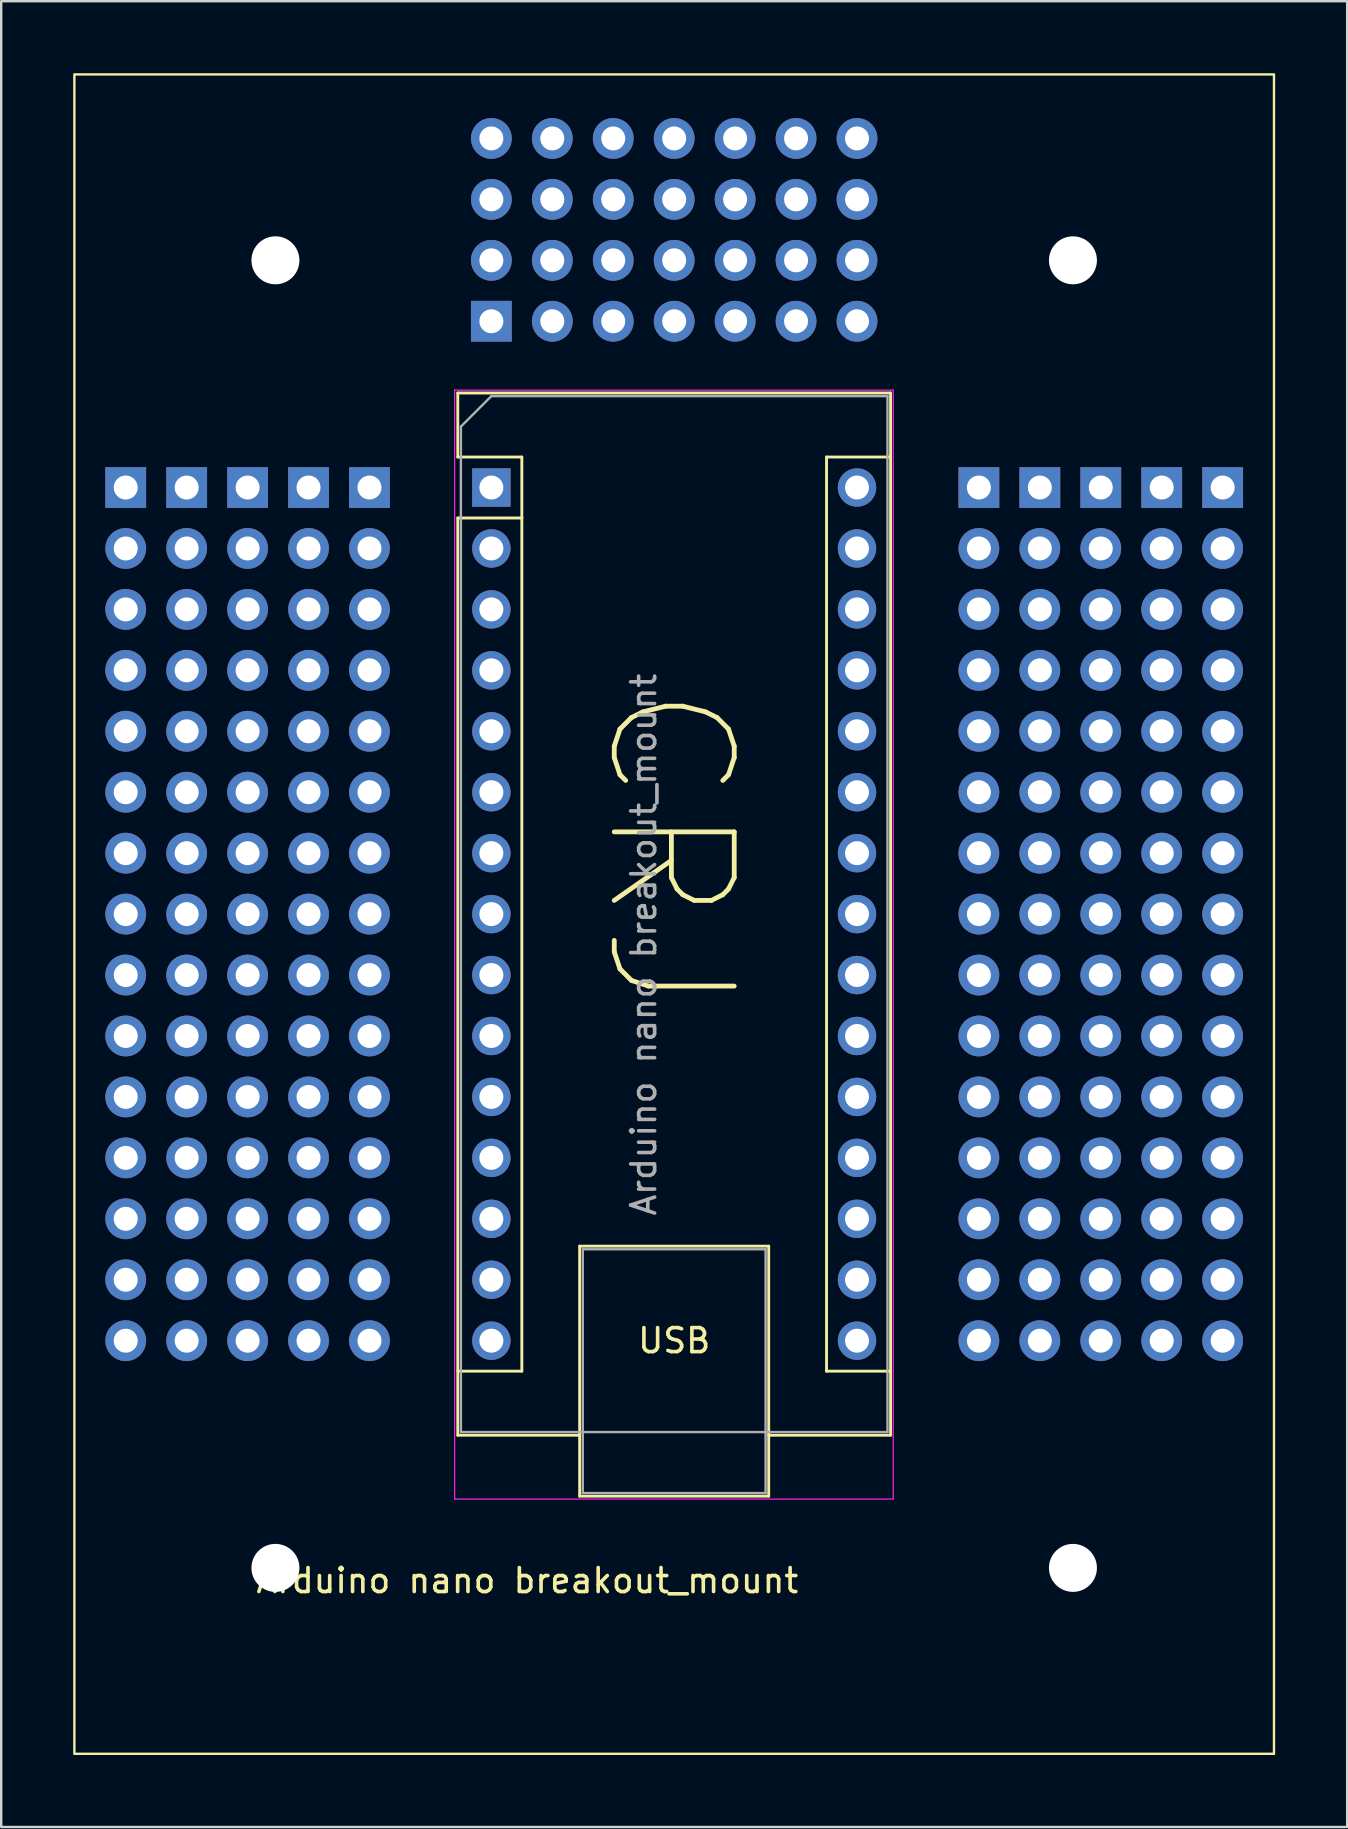
<source format=kicad_pcb>
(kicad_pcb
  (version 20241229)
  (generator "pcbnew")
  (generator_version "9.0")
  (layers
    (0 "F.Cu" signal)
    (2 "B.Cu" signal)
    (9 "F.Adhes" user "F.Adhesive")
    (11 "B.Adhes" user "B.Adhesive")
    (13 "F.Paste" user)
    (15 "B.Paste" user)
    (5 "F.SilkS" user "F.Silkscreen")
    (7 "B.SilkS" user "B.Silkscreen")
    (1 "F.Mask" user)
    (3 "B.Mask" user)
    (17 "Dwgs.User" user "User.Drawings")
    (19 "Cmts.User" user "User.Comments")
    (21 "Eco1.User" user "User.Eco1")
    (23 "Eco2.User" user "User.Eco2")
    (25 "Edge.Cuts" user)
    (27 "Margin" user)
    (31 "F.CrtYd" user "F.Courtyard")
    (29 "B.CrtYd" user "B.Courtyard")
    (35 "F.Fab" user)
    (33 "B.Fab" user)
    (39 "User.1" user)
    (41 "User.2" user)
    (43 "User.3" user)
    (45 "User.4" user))
  (footprint "Arduino nano breakout_mount"
    (layer "F.Cu")
    (at 23.43 19.3)
    (property "Reference" "Arduino nano breakout_mount" (at -4.5 43.53 0) (layer "F.SilkS") (effects (font (size 1 1) (thickness 0.15))))
    (attr through_hole)
    (fp_line (start -7.4 -5.97) (end -7.4 -3.3) (stroke (width 0.12) (type solid)) (layer "F.SilkS"))
    (fp_line (start -7.4 -0.76) (end -7.4 37.47) (stroke (width 0.12) (type solid)) (layer "F.SilkS"))
    (fp_line (start -7.4 37.47) (end -2.32 37.47) (stroke (width 0.12) (type solid)) (layer "F.SilkS"))
    (fp_line (start -4.73 -3.3) (end -7.4 -3.3) (stroke (width 0.12) (type solid)) (layer "F.SilkS"))
    (fp_line (start -4.73 -0.76) (end -7.4 -0.76) (stroke (width 0.12) (type solid)) (layer "F.SilkS"))
    (fp_line (start -4.73 -0.76) (end -4.73 -3.3) (stroke (width 0.12) (type solid)) (layer "F.SilkS"))
    (fp_line (start -4.73 -0.76) (end -4.73 34.8) (stroke (width 0.12) (type solid)) (layer "F.SilkS"))
    (fp_line (start -4.73 34.8) (end -7.4 34.8) (stroke (width 0.12) (type solid)) (layer "F.SilkS"))
    (fp_line (start -2.32 29.59) (end 5.56 29.59) (stroke (width 0.12) (type solid)) (layer "F.SilkS"))
    (fp_line (start -2.32 40.01) (end -2.32 29.59) (stroke (width 0.12) (type solid)) (layer "F.SilkS"))
    (fp_line (start 5.56 29.59) (end 5.56 40.01) (stroke (width 0.12) (type solid)) (layer "F.SilkS"))
    (fp_line (start 5.56 40.01) (end -2.32 40.01) (stroke (width 0.12) (type solid)) (layer "F.SilkS"))
    (fp_line (start 7.97 -3.3) (end 7.97 34.8) (stroke (width 0.12) (type solid)) (layer "F.SilkS"))
    (fp_line (start 7.97 -3.3) (end 10.64 -3.3) (stroke (width 0.12) (type solid)) (layer "F.SilkS"))
    (fp_line (start 7.97 34.8) (end 10.64 34.8) (stroke (width 0.12) (type solid)) (layer "F.SilkS"))
    (fp_line (start 10.64 -5.97) (end -7.4 -5.97) (stroke (width 0.12) (type solid)) (layer "F.SilkS"))
    (fp_line (start 10.64 37.47) (end 5.56 37.47) (stroke (width 0.12) (type solid)) (layer "F.SilkS"))
    (fp_line (start 10.64 37.47) (end 10.64 -5.97) (stroke (width 0.12) (type solid)) (layer "F.SilkS"))
    (fp_rect (start -23.38 -19.25) (end 26.62 50.75) (stroke (width 0.1) (type solid)) (fill no) (layer "F.SilkS"))
    (fp_line (start -7.53 -6.09) (end -7.53 40.13) (stroke (width 0.05) (type solid)) (layer "F.CrtYd"))
    (fp_line (start -7.53 -6.09) (end 10.75 -6.09) (stroke (width 0.05) (type solid)) (layer "F.CrtYd"))
    (fp_line (start 10.75 40.13) (end -7.53 40.13) (stroke (width 0.05) (type solid)) (layer "F.CrtYd"))
    (fp_line (start 10.75 40.13) (end 10.75 -6.09) (stroke (width 0.05) (type solid)) (layer "F.CrtYd"))
    (fp_line (start -7.27 -4.57) (end -6 -5.84) (stroke (width 0.1) (type solid)) (layer "F.Fab"))
    (fp_line (start -7.27 37.34) (end -7.27 -4.57) (stroke (width 0.1) (type solid)) (layer "F.Fab"))
    (fp_line (start -6 -5.84) (end 10.51 -5.84) (stroke (width 0.1) (type solid)) (layer "F.Fab"))
    (fp_line (start -2.19 29.72) (end 5.43 29.72) (stroke (width 0.1) (type solid)) (layer "F.Fab"))
    (fp_line (start -2.19 39.88) (end -2.19 29.72) (stroke (width 0.1) (type solid)) (layer "F.Fab"))
    (fp_line (start 5.43 29.72) (end 5.43 39.88) (stroke (width 0.1) (type solid)) (layer "F.Fab"))
    (fp_line (start 5.43 39.88) (end -2.19 39.88) (stroke (width 0.1) (type solid)) (layer "F.Fab"))
    (fp_line (start 10.51 -5.84) (end 10.51 37.34) (stroke (width 0.1) (type solid)) (layer "F.Fab"))
    (fp_line (start 10.51 37.34) (end -7.27 37.34) (stroke (width 0.1) (type solid)) (layer "F.Fab"))
    (fp_text user "USB" (at 1.62 33.53 0) (unlocked yes) (layer "F.SilkS") (effects (font (size 1 1) (thickness 0.15))))
    (fp_text user "CRJ" (at -1.5 6 270) (unlocked yes) (layer "F.SilkS") (effects (font (size 5 5) (thickness 0.2)) (justify left bottom)))
    (fp_text user "${REFERENCE}" (at 0.35 17.02 90) (layer "F.Fab") (effects (font (size 1 1) (thickness 0.15))))
    (pad "" np_thru_hole circle (at -15 -11.5) (size 2 2) (drill 2.7) (layers "*.Cu" "*.Mask"))
    (pad "" np_thru_hole circle (at -15 43) (size 2 2) (drill 2.7) (layers "*.Cu" "*.Mask"))
    (pad "" np_thru_hole circle (at 18.24 -11.5) (size 2 2) (drill 2.7) (layers "*.Cu" "*.Mask"))
    (pad "" np_thru_hole circle (at 18.24 43) (size 2 2) (drill 2.7) (layers "*.Cu" "*.Mask"))
    (pad "1" thru_hole rect (at -21.24 -2.03) (size 1.7 1.7) (drill 1) (layers "*.Cu" "*.Mask"))
    (pad "1" thru_hole rect (at -18.7 -2.03) (size 1.7 1.7) (drill 1) (layers "*.Cu" "*.Mask"))
    (pad "1" thru_hole rect (at -16.16 -2.03) (size 1.7 1.7) (drill 1) (layers "*.Cu" "*.Mask"))
    (pad "1" thru_hole rect (at -13.62 -2.03) (size 1.7 1.7) (drill 1) (layers "*.Cu" "*.Mask"))
    (pad "1" thru_hole rect (at -11.08 -2.03) (size 1.7 1.7) (drill 1) (layers "*.Cu" "*.Mask"))
    (pad "1" thru_hole circle (at -6 -14.04 90) (size 1.7 1.7) (drill 1) (layers "*.Cu" "*.Mask"))
    (pad "1" thru_hole rect (at -6 -8.96 90) (size 1.7 1.7) (drill 1) (layers "*.Cu" "*.Mask"))
    (pad "1" thru_hole rect (at -6 -2.03) (size 1.6 1.6) (drill 1) (layers "*.Cu" "*.Mask"))
    (pad "1" thru_hole rect (at 14.32 -2.03) (size 1.7 1.7) (drill 1) (layers "*.Cu" "*.Mask"))
    (pad "1" thru_hole rect (at 16.86 -2.03) (size 1.7 1.7) (drill 1) (layers "*.Cu" "*.Mask"))
    (pad "1" thru_hole rect (at 19.4 -2.03) (size 1.7 1.7) (drill 1) (layers "*.Cu" "*.Mask"))
    (pad "1" thru_hole rect (at 21.94 -2.03) (size 1.7 1.7) (drill 1) (layers "*.Cu" "*.Mask"))
    (pad "1" thru_hole rect (at 24.48 -2.03) (size 1.7 1.7) (drill 1) (layers "*.Cu" "*.Mask"))
    (pad "2" thru_hole oval (at -21.24 0.51) (size 1.7 1.7) (drill 1) (layers "*.Cu" "*.Mask"))
    (pad "2" thru_hole oval (at -18.7 0.51) (size 1.7 1.7) (drill 1) (layers "*.Cu" "*.Mask"))
    (pad "2" thru_hole oval (at -16.16 0.51) (size 1.7 1.7) (drill 1) (layers "*.Cu" "*.Mask"))
    (pad "2" thru_hole oval (at -13.62 0.51) (size 1.7 1.7) (drill 1) (layers "*.Cu" "*.Mask"))
    (pad "2" thru_hole oval (at -11.08 0.51) (size 1.7 1.7) (drill 1) (layers "*.Cu" "*.Mask"))
    (pad "2" thru_hole oval (at -6 -16.58 90) (size 1.7 1.7) (drill 1) (layers "*.Cu" "*.Mask"))
    (pad "2" thru_hole oval (at -6 -11.5 90) (size 1.7 1.7) (drill 1) (layers "*.Cu" "*.Mask"))
    (pad "2" thru_hole oval (at -6 0.51) (size 1.6 1.6) (drill 1) (layers "*.Cu" "*.Mask"))
    (pad "2" thru_hole oval (at 14.32 0.51) (size 1.7 1.7) (drill 1) (layers "*.Cu" "*.Mask"))
    (pad "2" thru_hole oval (at 16.86 0.51) (size 1.7 1.7) (drill 1) (layers "*.Cu" "*.Mask"))
    (pad "2" thru_hole oval (at 19.4 0.51) (size 1.7 1.7) (drill 1) (layers "*.Cu" "*.Mask"))
    (pad "2" thru_hole oval (at 21.94 0.51) (size 1.7 1.7) (drill 1) (layers "*.Cu" "*.Mask"))
    (pad "2" thru_hole oval (at 24.48 0.51) (size 1.7 1.7) (drill 1) (layers "*.Cu" "*.Mask"))
    (pad "3" thru_hole oval (at -21.24 3.05) (size 1.7 1.7) (drill 1) (layers "*.Cu" "*.Mask"))
    (pad "3" thru_hole oval (at -18.7 3.05) (size 1.7 1.7) (drill 1) (layers "*.Cu" "*.Mask"))
    (pad "3" thru_hole oval (at -16.16 3.05) (size 1.7 1.7) (drill 1) (layers "*.Cu" "*.Mask"))
    (pad "3" thru_hole oval (at -13.62 3.05) (size 1.7 1.7) (drill 1) (layers "*.Cu" "*.Mask"))
    (pad "3" thru_hole oval (at -11.08 3.05) (size 1.7 1.7) (drill 1) (layers "*.Cu" "*.Mask"))
    (pad "3" thru_hole oval (at -6 3.05) (size 1.6 1.6) (drill 1) (layers "*.Cu" "*.Mask"))
    (pad "3" thru_hole oval (at -3.46 -14.04 90) (size 1.7 1.7) (drill 1) (layers "*.Cu" "*.Mask"))
    (pad "3" thru_hole oval (at -3.46 -8.96 90) (size 1.7 1.7) (drill 1) (layers "*.Cu" "*.Mask"))
    (pad "3" thru_hole oval (at 14.32 3.05) (size 1.7 1.7) (drill 1) (layers "*.Cu" "*.Mask"))
    (pad "3" thru_hole oval (at 16.86 3.05) (size 1.7 1.7) (drill 1) (layers "*.Cu" "*.Mask"))
    (pad "3" thru_hole oval (at 19.4 3.05) (size 1.7 1.7) (drill 1) (layers "*.Cu" "*.Mask"))
    (pad "3" thru_hole oval (at 21.94 3.05) (size 1.7 1.7) (drill 1) (layers "*.Cu" "*.Mask"))
    (pad "3" thru_hole oval (at 24.48 3.05) (size 1.7 1.7) (drill 1) (layers "*.Cu" "*.Mask"))
    (pad "4" thru_hole oval (at -21.24 5.59) (size 1.7 1.7) (drill 1) (layers "*.Cu" "*.Mask"))
    (pad "4" thru_hole oval (at -18.7 5.59) (size 1.7 1.7) (drill 1) (layers "*.Cu" "*.Mask"))
    (pad "4" thru_hole oval (at -16.16 5.59) (size 1.7 1.7) (drill 1) (layers "*.Cu" "*.Mask"))
    (pad "4" thru_hole oval (at -13.62 5.59) (size 1.7 1.7) (drill 1) (layers "*.Cu" "*.Mask"))
    (pad "4" thru_hole oval (at -11.08 5.59) (size 1.7 1.7) (drill 1) (layers "*.Cu" "*.Mask"))
    (pad "4" thru_hole oval (at -6 5.59) (size 1.6 1.6) (drill 1) (layers "*.Cu" "*.Mask"))
    (pad "4" thru_hole oval (at -3.46 -16.58 90) (size 1.7 1.7) (drill 1) (layers "*.Cu" "*.Mask"))
    (pad "4" thru_hole oval (at -3.46 -11.5 90) (size 1.7 1.7) (drill 1) (layers "*.Cu" "*.Mask"))
    (pad "4" thru_hole oval (at 14.32 5.59) (size 1.7 1.7) (drill 1) (layers "*.Cu" "*.Mask"))
    (pad "4" thru_hole oval (at 16.86 5.59) (size 1.7 1.7) (drill 1) (layers "*.Cu" "*.Mask"))
    (pad "4" thru_hole oval (at 19.4 5.59) (size 1.7 1.7) (drill 1) (layers "*.Cu" "*.Mask"))
    (pad "4" thru_hole oval (at 21.94 5.59) (size 1.7 1.7) (drill 1) (layers "*.Cu" "*.Mask"))
    (pad "4" thru_hole oval (at 24.48 5.59) (size 1.7 1.7) (drill 1) (layers "*.Cu" "*.Mask"))
    (pad "5" thru_hole oval (at -21.24 8.13) (size 1.7 1.7) (drill 1) (layers "*.Cu" "*.Mask"))
    (pad "5" thru_hole oval (at -18.7 8.13) (size 1.7 1.7) (drill 1) (layers "*.Cu" "*.Mask"))
    (pad "5" thru_hole oval (at -16.16 8.13) (size 1.7 1.7) (drill 1) (layers "*.Cu" "*.Mask"))
    (pad "5" thru_hole oval (at -13.62 8.13) (size 1.7 1.7) (drill 1) (layers "*.Cu" "*.Mask"))
    (pad "5" thru_hole oval (at -11.08 8.13) (size 1.7 1.7) (drill 1) (layers "*.Cu" "*.Mask"))
    (pad "5" thru_hole oval (at -6 8.13) (size 1.6 1.6) (drill 1) (layers "*.Cu" "*.Mask"))
    (pad "5" thru_hole oval (at -0.92 -14.04 90) (size 1.7 1.7) (drill 1) (layers "*.Cu" "*.Mask"))
    (pad "5" thru_hole oval (at -0.92 -8.96 90) (size 1.7 1.7) (drill 1) (layers "*.Cu" "*.Mask"))
    (pad "5" thru_hole oval (at 14.32 8.13) (size 1.7 1.7) (drill 1) (layers "*.Cu" "*.Mask"))
    (pad "5" thru_hole oval (at 16.86 8.13) (size 1.7 1.7) (drill 1) (layers "*.Cu" "*.Mask"))
    (pad "5" thru_hole oval (at 19.4 8.13) (size 1.7 1.7) (drill 1) (layers "*.Cu" "*.Mask"))
    (pad "5" thru_hole oval (at 21.94 8.13) (size 1.7 1.7) (drill 1) (layers "*.Cu" "*.Mask"))
    (pad "5" thru_hole oval (at 24.48 8.13) (size 1.7 1.7) (drill 1) (layers "*.Cu" "*.Mask"))
    (pad "6" thru_hole oval (at -21.24 10.67) (size 1.7 1.7) (drill 1) (layers "*.Cu" "*.Mask"))
    (pad "6" thru_hole oval (at -18.7 10.67) (size 1.7 1.7) (drill 1) (layers "*.Cu" "*.Mask"))
    (pad "6" thru_hole oval (at -16.16 10.67) (size 1.7 1.7) (drill 1) (layers "*.Cu" "*.Mask"))
    (pad "6" thru_hole oval (at -13.62 10.67) (size 1.7 1.7) (drill 1) (layers "*.Cu" "*.Mask"))
    (pad "6" thru_hole oval (at -11.08 10.67) (size 1.7 1.7) (drill 1) (layers "*.Cu" "*.Mask"))
    (pad "6" thru_hole oval (at -6 10.67) (size 1.6 1.6) (drill 1) (layers "*.Cu" "*.Mask"))
    (pad "6" thru_hole oval (at -0.92 -16.58 90) (size 1.7 1.7) (drill 1) (layers "*.Cu" "*.Mask"))
    (pad "6" thru_hole oval (at -0.92 -11.5 90) (size 1.7 1.7) (drill 1) (layers "*.Cu" "*.Mask"))
    (pad "6" thru_hole oval (at 14.32 10.67) (size 1.7 1.7) (drill 1) (layers "*.Cu" "*.Mask"))
    (pad "6" thru_hole oval (at 16.86 10.67) (size 1.7 1.7) (drill 1) (layers "*.Cu" "*.Mask"))
    (pad "6" thru_hole oval (at 19.4 10.67) (size 1.7 1.7) (drill 1) (layers "*.Cu" "*.Mask"))
    (pad "6" thru_hole oval (at 21.94 10.67) (size 1.7 1.7) (drill 1) (layers "*.Cu" "*.Mask"))
    (pad "6" thru_hole oval (at 24.48 10.67) (size 1.7 1.7) (drill 1) (layers "*.Cu" "*.Mask"))
    (pad "7" thru_hole oval (at -21.24 13.21) (size 1.7 1.7) (drill 1) (layers "*.Cu" "*.Mask"))
    (pad "7" thru_hole oval (at -18.7 13.21) (size 1.7 1.7) (drill 1) (layers "*.Cu" "*.Mask"))
    (pad "7" thru_hole oval (at -16.16 13.21) (size 1.7 1.7) (drill 1) (layers "*.Cu" "*.Mask"))
    (pad "7" thru_hole oval (at -13.62 13.21) (size 1.7 1.7) (drill 1) (layers "*.Cu" "*.Mask"))
    (pad "7" thru_hole oval (at -11.08 13.21) (size 1.7 1.7) (drill 1) (layers "*.Cu" "*.Mask"))
    (pad "7" thru_hole oval (at -6 13.21) (size 1.6 1.6) (drill 1) (layers "*.Cu" "*.Mask"))
    (pad "7" thru_hole oval (at 1.62 -14.04 90) (size 1.7 1.7) (drill 1) (layers "*.Cu" "*.Mask"))
    (pad "7" thru_hole oval (at 1.62 -8.96 90) (size 1.7 1.7) (drill 1) (layers "*.Cu" "*.Mask"))
    (pad "7" thru_hole oval (at 14.32 13.21) (size 1.7 1.7) (drill 1) (layers "*.Cu" "*.Mask"))
    (pad "7" thru_hole oval (at 16.86 13.21) (size 1.7 1.7) (drill 1) (layers "*.Cu" "*.Mask"))
    (pad "7" thru_hole oval (at 19.4 13.21) (size 1.7 1.7) (drill 1) (layers "*.Cu" "*.Mask"))
    (pad "7" thru_hole oval (at 21.94 13.21) (size 1.7 1.7) (drill 1) (layers "*.Cu" "*.Mask"))
    (pad "7" thru_hole oval (at 24.48 13.21) (size 1.7 1.7) (drill 1) (layers "*.Cu" "*.Mask"))
    (pad "8" thru_hole oval (at -21.24 15.75) (size 1.7 1.7) (drill 1) (layers "*.Cu" "*.Mask"))
    (pad "8" thru_hole oval (at -18.7 15.75) (size 1.7 1.7) (drill 1) (layers "*.Cu" "*.Mask"))
    (pad "8" thru_hole oval (at -16.16 15.75) (size 1.7 1.7) (drill 1) (layers "*.Cu" "*.Mask"))
    (pad "8" thru_hole oval (at -13.62 15.75) (size 1.7 1.7) (drill 1) (layers "*.Cu" "*.Mask"))
    (pad "8" thru_hole oval (at -11.08 15.75) (size 1.7 1.7) (drill 1) (layers "*.Cu" "*.Mask"))
    (pad "8" thru_hole oval (at -6 15.75) (size 1.6 1.6) (drill 1) (layers "*.Cu" "*.Mask"))
    (pad "8" thru_hole oval (at 1.62 -16.58 90) (size 1.7 1.7) (drill 1) (layers "*.Cu" "*.Mask"))
    (pad "8" thru_hole oval (at 1.62 -11.5 90) (size 1.7 1.7) (drill 1) (layers "*.Cu" "*.Mask"))
    (pad "8" thru_hole oval (at 14.32 15.75) (size 1.7 1.7) (drill 1) (layers "*.Cu" "*.Mask"))
    (pad "8" thru_hole oval (at 16.86 15.75) (size 1.7 1.7) (drill 1) (layers "*.Cu" "*.Mask"))
    (pad "8" thru_hole oval (at 19.4 15.75) (size 1.7 1.7) (drill 1) (layers "*.Cu" "*.Mask"))
    (pad "8" thru_hole oval (at 21.94 15.75) (size 1.7 1.7) (drill 1) (layers "*.Cu" "*.Mask"))
    (pad "8" thru_hole oval (at 24.48 15.75) (size 1.7 1.7) (drill 1) (layers "*.Cu" "*.Mask"))
    (pad "9" thru_hole oval (at -21.24 18.29) (size 1.7 1.7) (drill 1) (layers "*.Cu" "*.Mask"))
    (pad "9" thru_hole oval (at -18.7 18.29) (size 1.7 1.7) (drill 1) (layers "*.Cu" "*.Mask"))
    (pad "9" thru_hole oval (at -16.16 18.29) (size 1.7 1.7) (drill 1) (layers "*.Cu" "*.Mask"))
    (pad "9" thru_hole oval (at -13.62 18.29) (size 1.7 1.7) (drill 1) (layers "*.Cu" "*.Mask"))
    (pad "9" thru_hole oval (at -11.08 18.29) (size 1.7 1.7) (drill 1) (layers "*.Cu" "*.Mask"))
    (pad "9" thru_hole oval (at -6 18.29) (size 1.6 1.6) (drill 1) (layers "*.Cu" "*.Mask"))
    (pad "9" thru_hole oval (at 4.16 -14.04 90) (size 1.7 1.7) (drill 1) (layers "*.Cu" "*.Mask"))
    (pad "9" thru_hole oval (at 4.16 -8.96 90) (size 1.7 1.7) (drill 1) (layers "*.Cu" "*.Mask"))
    (pad "9" thru_hole oval (at 14.32 18.29) (size 1.7 1.7) (drill 1) (layers "*.Cu" "*.Mask"))
    (pad "9" thru_hole oval (at 16.86 18.29) (size 1.7 1.7) (drill 1) (layers "*.Cu" "*.Mask"))
    (pad "9" thru_hole oval (at 19.4 18.29) (size 1.7 1.7) (drill 1) (layers "*.Cu" "*.Mask"))
    (pad "9" thru_hole oval (at 21.94 18.29) (size 1.7 1.7) (drill 1) (layers "*.Cu" "*.Mask"))
    (pad "9" thru_hole oval (at 24.48 18.29) (size 1.7 1.7) (drill 1) (layers "*.Cu" "*.Mask"))
    (pad "10" thru_hole oval (at -21.24 20.83) (size 1.7 1.7) (drill 1) (layers "*.Cu" "*.Mask"))
    (pad "10" thru_hole oval (at -18.7 20.83) (size 1.7 1.7) (drill 1) (layers "*.Cu" "*.Mask"))
    (pad "10" thru_hole oval (at -16.16 20.83) (size 1.7 1.7) (drill 1) (layers "*.Cu" "*.Mask"))
    (pad "10" thru_hole oval (at -13.62 20.83) (size 1.7 1.7) (drill 1) (layers "*.Cu" "*.Mask"))
    (pad "10" thru_hole oval (at -11.08 20.83) (size 1.7 1.7) (drill 1) (layers "*.Cu" "*.Mask"))
    (pad "10" thru_hole oval (at -6 20.83) (size 1.6 1.6) (drill 1) (layers "*.Cu" "*.Mask"))
    (pad "10" thru_hole oval (at 4.16 -16.58 90) (size 1.7 1.7) (drill 1) (layers "*.Cu" "*.Mask"))
    (pad "10" thru_hole oval (at 4.16 -11.5 90) (size 1.7 1.7) (drill 1) (layers "*.Cu" "*.Mask"))
    (pad "10" thru_hole oval (at 14.32 20.83) (size 1.7 1.7) (drill 1) (layers "*.Cu" "*.Mask"))
    (pad "10" thru_hole oval (at 16.86 20.83) (size 1.7 1.7) (drill 1) (layers "*.Cu" "*.Mask"))
    (pad "10" thru_hole oval (at 19.4 20.83) (size 1.7 1.7) (drill 1) (layers "*.Cu" "*.Mask"))
    (pad "10" thru_hole oval (at 21.94 20.83) (size 1.7 1.7) (drill 1) (layers "*.Cu" "*.Mask"))
    (pad "10" thru_hole oval (at 24.48 20.83) (size 1.7 1.7) (drill 1) (layers "*.Cu" "*.Mask"))
    (pad "11" thru_hole oval (at -21.24 23.37) (size 1.7 1.7) (drill 1) (layers "*.Cu" "*.Mask"))
    (pad "11" thru_hole oval (at -18.7 23.37) (size 1.7 1.7) (drill 1) (layers "*.Cu" "*.Mask"))
    (pad "11" thru_hole oval (at -16.16 23.37) (size 1.7 1.7) (drill 1) (layers "*.Cu" "*.Mask"))
    (pad "11" thru_hole oval (at -13.62 23.37) (size 1.7 1.7) (drill 1) (layers "*.Cu" "*.Mask"))
    (pad "11" thru_hole oval (at -11.08 23.37) (size 1.7 1.7) (drill 1) (layers "*.Cu" "*.Mask"))
    (pad "11" thru_hole oval (at -6 23.37) (size 1.6 1.6) (drill 1) (layers "*.Cu" "*.Mask"))
    (pad "11" thru_hole oval (at 6.7 -14.04 90) (size 1.7 1.7) (drill 1) (layers "*.Cu" "*.Mask"))
    (pad "11" thru_hole oval (at 6.7 -8.96 90) (size 1.7 1.7) (drill 1) (layers "*.Cu" "*.Mask"))
    (pad "11" thru_hole oval (at 14.32 23.37) (size 1.7 1.7) (drill 1) (layers "*.Cu" "*.Mask"))
    (pad "11" thru_hole oval (at 16.86 23.37) (size 1.7 1.7) (drill 1) (layers "*.Cu" "*.Mask"))
    (pad "11" thru_hole oval (at 19.4 23.37) (size 1.7 1.7) (drill 1) (layers "*.Cu" "*.Mask"))
    (pad "11" thru_hole oval (at 21.94 23.37) (size 1.7 1.7) (drill 1) (layers "*.Cu" "*.Mask"))
    (pad "11" thru_hole oval (at 24.48 23.37) (size 1.7 1.7) (drill 1) (layers "*.Cu" "*.Mask"))
    (pad "12" thru_hole oval (at -21.24 25.91) (size 1.7 1.7) (drill 1) (layers "*.Cu" "*.Mask"))
    (pad "12" thru_hole oval (at -18.7 25.91) (size 1.7 1.7) (drill 1) (layers "*.Cu" "*.Mask"))
    (pad "12" thru_hole oval (at -16.16 25.91) (size 1.7 1.7) (drill 1) (layers "*.Cu" "*.Mask"))
    (pad "12" thru_hole oval (at -13.62 25.91) (size 1.7 1.7) (drill 1) (layers "*.Cu" "*.Mask"))
    (pad "12" thru_hole oval (at -11.08 25.91) (size 1.7 1.7) (drill 1) (layers "*.Cu" "*.Mask"))
    (pad "12" thru_hole oval (at -6 25.91) (size 1.6 1.6) (drill 1) (layers "*.Cu" "*.Mask"))
    (pad "12" thru_hole oval (at 6.7 -16.58 90) (size 1.7 1.7) (drill 1) (layers "*.Cu" "*.Mask"))
    (pad "12" thru_hole oval (at 6.7 -11.5 90) (size 1.7 1.7) (drill 1) (layers "*.Cu" "*.Mask"))
    (pad "12" thru_hole oval (at 14.32 25.91) (size 1.7 1.7) (drill 1) (layers "*.Cu" "*.Mask"))
    (pad "12" thru_hole oval (at 16.86 25.91) (size 1.7 1.7) (drill 1) (layers "*.Cu" "*.Mask"))
    (pad "12" thru_hole oval (at 19.4 25.91) (size 1.7 1.7) (drill 1) (layers "*.Cu" "*.Mask"))
    (pad "12" thru_hole oval (at 21.94 25.91) (size 1.7 1.7) (drill 1) (layers "*.Cu" "*.Mask"))
    (pad "12" thru_hole oval (at 24.48 25.91) (size 1.7 1.7) (drill 1) (layers "*.Cu" "*.Mask"))
    (pad "13" thru_hole oval (at -21.24 28.45) (size 1.7 1.7) (drill 1) (layers "*.Cu" "*.Mask"))
    (pad "13" thru_hole oval (at -18.7 28.45) (size 1.7 1.7) (drill 1) (layers "*.Cu" "*.Mask"))
    (pad "13" thru_hole oval (at -16.16 28.45) (size 1.7 1.7) (drill 1) (layers "*.Cu" "*.Mask"))
    (pad "13" thru_hole oval (at -13.62 28.45) (size 1.7 1.7) (drill 1) (layers "*.Cu" "*.Mask"))
    (pad "13" thru_hole oval (at -11.08 28.45) (size 1.7 1.7) (drill 1) (layers "*.Cu" "*.Mask"))
    (pad "13" thru_hole oval (at -6 28.45) (size 1.6 1.6) (drill 1) (layers "*.Cu" "*.Mask"))
    (pad "13" thru_hole oval (at 9.24 -14.04 90) (size 1.7 1.7) (drill 1) (layers "*.Cu" "*.Mask"))
    (pad "13" thru_hole oval (at 9.24 -8.96 90) (size 1.7 1.7) (drill 1) (layers "*.Cu" "*.Mask"))
    (pad "13" thru_hole oval (at 14.32 28.45) (size 1.7 1.7) (drill 1) (layers "*.Cu" "*.Mask"))
    (pad "13" thru_hole oval (at 16.86 28.45) (size 1.7 1.7) (drill 1) (layers "*.Cu" "*.Mask"))
    (pad "13" thru_hole oval (at 19.4 28.45) (size 1.7 1.7) (drill 1) (layers "*.Cu" "*.Mask"))
    (pad "13" thru_hole oval (at 21.94 28.45) (size 1.7 1.7) (drill 1) (layers "*.Cu" "*.Mask"))
    (pad "13" thru_hole oval (at 24.48 28.45) (size 1.7 1.7) (drill 1) (layers "*.Cu" "*.Mask"))
    (pad "14" thru_hole oval (at -21.24 30.99) (size 1.7 1.7) (drill 1) (layers "*.Cu" "*.Mask"))
    (pad "14" thru_hole oval (at -18.7 30.99) (size 1.7 1.7) (drill 1) (layers "*.Cu" "*.Mask"))
    (pad "14" thru_hole oval (at -16.16 30.99) (size 1.7 1.7) (drill 1) (layers "*.Cu" "*.Mask"))
    (pad "14" thru_hole oval (at -13.62 30.99) (size 1.7 1.7) (drill 1) (layers "*.Cu" "*.Mask"))
    (pad "14" thru_hole oval (at -11.08 30.99) (size 1.7 1.7) (drill 1) (layers "*.Cu" "*.Mask"))
    (pad "14" thru_hole oval (at -6 30.99) (size 1.6 1.6) (drill 1) (layers "*.Cu" "*.Mask"))
    (pad "14" thru_hole oval (at 9.24 -16.58 90) (size 1.7 1.7) (drill 1) (layers "*.Cu" "*.Mask"))
    (pad "14" thru_hole oval (at 9.24 -11.5 90) (size 1.7 1.7) (drill 1) (layers "*.Cu" "*.Mask"))
    (pad "14" thru_hole oval (at 14.32 30.99) (size 1.7 1.7) (drill 1) (layers "*.Cu" "*.Mask"))
    (pad "14" thru_hole oval (at 16.86 30.99) (size 1.7 1.7) (drill 1) (layers "*.Cu" "*.Mask"))
    (pad "14" thru_hole oval (at 19.4 30.99) (size 1.7 1.7) (drill 1) (layers "*.Cu" "*.Mask"))
    (pad "14" thru_hole oval (at 21.94 30.99) (size 1.7 1.7) (drill 1) (layers "*.Cu" "*.Mask"))
    (pad "14" thru_hole oval (at 24.48 30.99) (size 1.7 1.7) (drill 1) (layers "*.Cu" "*.Mask"))
    (pad "15" thru_hole oval (at -21.24 33.53) (size 1.7 1.7) (drill 1) (layers "*.Cu" "*.Mask"))
    (pad "15" thru_hole oval (at -18.7 33.53) (size 1.7 1.7) (drill 1) (layers "*.Cu" "*.Mask"))
    (pad "15" thru_hole oval (at -16.16 33.53) (size 1.7 1.7) (drill 1) (layers "*.Cu" "*.Mask"))
    (pad "15" thru_hole oval (at -13.62 33.53) (size 1.7 1.7) (drill 1) (layers "*.Cu" "*.Mask"))
    (pad "15" thru_hole oval (at -11.08 33.53) (size 1.7 1.7) (drill 1) (layers "*.Cu" "*.Mask"))
    (pad "15" thru_hole oval (at -6 33.53) (size 1.6 1.6) (drill 1) (layers "*.Cu" "*.Mask"))
    (pad "15" thru_hole oval (at 14.32 33.53) (size 1.7 1.7) (drill 1) (layers "*.Cu" "*.Mask"))
    (pad "15" thru_hole oval (at 16.86 33.53) (size 1.7 1.7) (drill 1) (layers "*.Cu" "*.Mask"))
    (pad "15" thru_hole oval (at 19.4 33.53) (size 1.7 1.7) (drill 1) (layers "*.Cu" "*.Mask"))
    (pad "15" thru_hole oval (at 21.94 33.53) (size 1.7 1.7) (drill 1) (layers "*.Cu" "*.Mask"))
    (pad "15" thru_hole oval (at 24.48 33.53) (size 1.7 1.7) (drill 1) (layers "*.Cu" "*.Mask"))
    (pad "16" thru_hole oval (at 9.24 33.53) (size 1.6 1.6) (drill 1) (layers "*.Cu" "*.Mask"))
    (pad "17" thru_hole oval (at 9.24 30.99) (size 1.6 1.6) (drill 1) (layers "*.Cu" "*.Mask"))
    (pad "18" thru_hole oval (at 9.24 28.45) (size 1.6 1.6) (drill 1) (layers "*.Cu" "*.Mask"))
    (pad "19" thru_hole oval (at 9.24 25.91) (size 1.6 1.6) (drill 1) (layers "*.Cu" "*.Mask"))
    (pad "20" thru_hole oval (at 9.24 23.37) (size 1.6 1.6) (drill 1) (layers "*.Cu" "*.Mask"))
    (pad "21" thru_hole oval (at 9.24 20.83) (size 1.6 1.6) (drill 1) (layers "*.Cu" "*.Mask"))
    (pad "22" thru_hole oval (at 9.24 18.29) (size 1.6 1.6) (drill 1) (layers "*.Cu" "*.Mask"))
    (pad "23" thru_hole oval (at 9.24 15.75) (size 1.6 1.6) (drill 1) (layers "*.Cu" "*.Mask"))
    (pad "24" thru_hole oval (at 9.24 13.21) (size 1.6 1.6) (drill 1) (layers "*.Cu" "*.Mask"))
    (pad "25" thru_hole oval (at 9.24 10.67) (size 1.6 1.6) (drill 1) (layers "*.Cu" "*.Mask"))
    (pad "26" thru_hole oval (at 9.24 8.13) (size 1.6 1.6) (drill 1) (layers "*.Cu" "*.Mask"))
    (pad "27" thru_hole oval (at 9.24 5.59) (size 1.6 1.6) (drill 1) (layers "*.Cu" "*.Mask"))
    (pad "28" thru_hole oval (at 9.24 3.05) (size 1.6 1.6) (drill 1) (layers "*.Cu" "*.Mask"))
    (pad "29" thru_hole oval (at 9.24 0.51) (size 1.6 1.6) (drill 1) (layers "*.Cu" "*.Mask"))
    (pad "30" thru_hole oval (at 9.24 -2.03) (size 1.6 1.6) (drill 1) (layers "*.Cu" "*.Mask")))
  (gr_rect
    (start -3 -3)
    (end 53.1 73.1)
    (stroke (width 0.1) (type default))
    (fill no)
    (layer "Edge.Cuts")))
</source>
